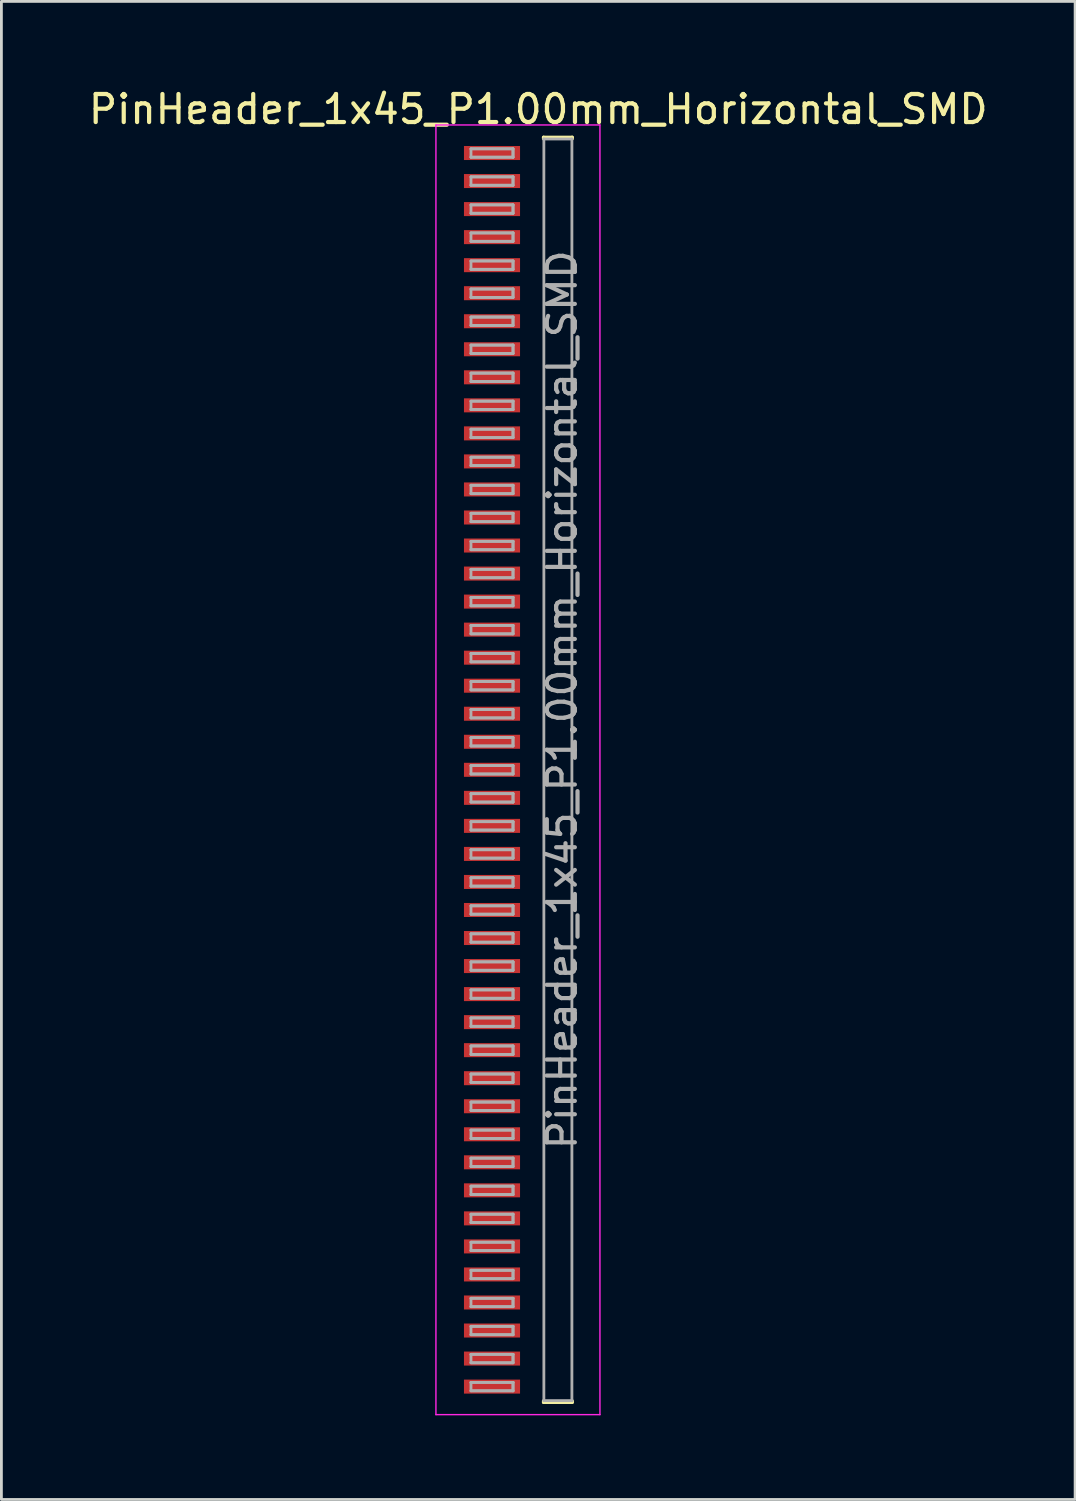
<source format=kicad_pcb>
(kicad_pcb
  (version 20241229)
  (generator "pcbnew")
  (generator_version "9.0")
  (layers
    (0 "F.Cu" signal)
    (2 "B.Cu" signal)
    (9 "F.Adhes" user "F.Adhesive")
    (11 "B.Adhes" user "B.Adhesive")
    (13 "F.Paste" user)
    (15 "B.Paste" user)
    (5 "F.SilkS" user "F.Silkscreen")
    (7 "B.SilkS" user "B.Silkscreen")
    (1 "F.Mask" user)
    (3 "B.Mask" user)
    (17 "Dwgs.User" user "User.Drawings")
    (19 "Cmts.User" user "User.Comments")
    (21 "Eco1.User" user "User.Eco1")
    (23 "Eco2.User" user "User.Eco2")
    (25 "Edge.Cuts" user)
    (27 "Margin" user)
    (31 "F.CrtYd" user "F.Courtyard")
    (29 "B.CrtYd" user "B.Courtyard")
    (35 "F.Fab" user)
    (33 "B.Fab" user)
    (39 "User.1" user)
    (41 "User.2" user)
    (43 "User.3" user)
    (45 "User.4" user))
  (footprint "PinHeader_1x45_P1.00mm_Horizontal_SMD"
    (layer "F.Cu")
    (at 16.149 24.408)
    (property "Reference" "PinHeader_1x45_P1.00mm_Horizontal_SMD" (at 0 -23.56 0) (layer "F.SilkS") (effects (font (size 1 1) (thickness 0.15))))
    (attr smd)
    (fp_line (start 0.19 -22.56) (end 0.19 -22.51) (stroke (width 0.12) (type solid)) (layer "F.SilkS"))
    (fp_line (start 0.19 -22.56) (end 1.21 -22.56) (stroke (width 0.12) (type solid)) (layer "F.SilkS"))
    (fp_line (start 0.19 22.51) (end 0.19 22.56) (stroke (width 0.12) (type solid)) (layer "F.SilkS"))
    (fp_line (start 0.19 22.56) (end 1.21 22.56) (stroke (width 0.12) (type solid)) (layer "F.SilkS"))
    (fp_line (start 1.21 -22.56) (end 1.21 -22.51) (stroke (width 0.12) (type solid)) (layer "F.SilkS"))
    (fp_line (start 1.21 22.51) (end 1.21 22.56) (stroke (width 0.12) (type solid)) (layer "F.SilkS"))
    (fp_line (start -3.65 -23) (end -3.65 23) (stroke (width 0.05) (type solid)) (layer "F.CrtYd"))
    (fp_line (start -3.65 23) (end 2.2 23) (stroke (width 0.05) (type solid)) (layer "F.CrtYd"))
    (fp_line (start 2.2 -23) (end -3.65 -23) (stroke (width 0.05) (type solid)) (layer "F.CrtYd"))
    (fp_line (start 2.2 23) (end 2.2 -23) (stroke (width 0.05) (type solid)) (layer "F.CrtYd"))
    (fp_line (start -2.4 -22.15) (end -2.4 -21.85) (stroke (width 0.1) (type default)) (layer "F.Fab"))
    (fp_line (start -2.4 -21.85) (end -0.9 -21.85) (stroke (width 0.1) (type default)) (layer "F.Fab"))
    (fp_line (start -2.4 -21.85) (end -0.9 -21.85) (stroke (width 0.1) (type default)) (layer "F.Fab"))
    (fp_line (start -2.4 -21.15) (end -2.4 -20.85) (stroke (width 0.1) (type default)) (layer "F.Fab"))
    (fp_line (start -2.4 -20.85) (end -0.9 -20.85) (stroke (width 0.1) (type default)) (layer "F.Fab"))
    (fp_line (start -2.4 -20.85) (end -0.9 -20.85) (stroke (width 0.1) (type default)) (layer "F.Fab"))
    (fp_line (start -2.4 -20.15) (end -2.4 -19.85) (stroke (width 0.1) (type default)) (layer "F.Fab"))
    (fp_line (start -2.4 -19.85) (end -0.9 -19.85) (stroke (width 0.1) (type default)) (layer "F.Fab"))
    (fp_line (start -2.4 -19.85) (end -0.9 -19.85) (stroke (width 0.1) (type default)) (layer "F.Fab"))
    (fp_line (start -2.4 -19.15) (end -2.4 -18.85) (stroke (width 0.1) (type default)) (layer "F.Fab"))
    (fp_line (start -2.4 -18.85) (end -0.9 -18.85) (stroke (width 0.1) (type default)) (layer "F.Fab"))
    (fp_line (start -2.4 -18.85) (end -0.9 -18.85) (stroke (width 0.1) (type default)) (layer "F.Fab"))
    (fp_line (start -2.4 -18.15) (end -2.4 -17.85) (stroke (width 0.1) (type default)) (layer "F.Fab"))
    (fp_line (start -2.4 -17.85) (end -0.9 -17.85) (stroke (width 0.1) (type default)) (layer "F.Fab"))
    (fp_line (start -2.4 -17.85) (end -0.9 -17.85) (stroke (width 0.1) (type default)) (layer "F.Fab"))
    (fp_line (start -2.4 -17.15) (end -2.4 -16.85) (stroke (width 0.1) (type default)) (layer "F.Fab"))
    (fp_line (start -2.4 -16.85) (end -0.9 -16.85) (stroke (width 0.1) (type default)) (layer "F.Fab"))
    (fp_line (start -2.4 -16.85) (end -0.9 -16.85) (stroke (width 0.1) (type default)) (layer "F.Fab"))
    (fp_line (start -2.4 -16.15) (end -2.4 -15.85) (stroke (width 0.1) (type default)) (layer "F.Fab"))
    (fp_line (start -2.4 -15.85) (end -0.9 -15.85) (stroke (width 0.1) (type default)) (layer "F.Fab"))
    (fp_line (start -2.4 -15.85) (end -0.9 -15.85) (stroke (width 0.1) (type default)) (layer "F.Fab"))
    (fp_line (start -2.4 -15.15) (end -2.4 -14.85) (stroke (width 0.1) (type default)) (layer "F.Fab"))
    (fp_line (start -2.4 -14.85) (end -0.9 -14.85) (stroke (width 0.1) (type default)) (layer "F.Fab"))
    (fp_line (start -2.4 -14.85) (end -0.9 -14.85) (stroke (width 0.1) (type default)) (layer "F.Fab"))
    (fp_line (start -2.4 -14.15) (end -2.4 -13.85) (stroke (width 0.1) (type default)) (layer "F.Fab"))
    (fp_line (start -2.4 -13.85) (end -0.9 -13.85) (stroke (width 0.1) (type default)) (layer "F.Fab"))
    (fp_line (start -2.4 -13.85) (end -0.9 -13.85) (stroke (width 0.1) (type default)) (layer "F.Fab"))
    (fp_line (start -2.4 -13.15) (end -2.4 -12.85) (stroke (width 0.1) (type default)) (layer "F.Fab"))
    (fp_line (start -2.4 -12.85) (end -0.9 -12.85) (stroke (width 0.1) (type default)) (layer "F.Fab"))
    (fp_line (start -2.4 -12.85) (end -0.9 -12.85) (stroke (width 0.1) (type default)) (layer "F.Fab"))
    (fp_line (start -2.4 -12.15) (end -2.4 -11.85) (stroke (width 0.1) (type default)) (layer "F.Fab"))
    (fp_line (start -2.4 -11.85) (end -0.9 -11.85) (stroke (width 0.1) (type default)) (layer "F.Fab"))
    (fp_line (start -2.4 -11.85) (end -0.9 -11.85) (stroke (width 0.1) (type default)) (layer "F.Fab"))
    (fp_line (start -2.4 -11.15) (end -2.4 -10.85) (stroke (width 0.1) (type default)) (layer "F.Fab"))
    (fp_line (start -2.4 -10.85) (end -0.9 -10.85) (stroke (width 0.1) (type default)) (layer "F.Fab"))
    (fp_line (start -2.4 -10.85) (end -0.9 -10.85) (stroke (width 0.1) (type default)) (layer "F.Fab"))
    (fp_line (start -2.4 -10.15) (end -2.4 -9.85) (stroke (width 0.1) (type default)) (layer "F.Fab"))
    (fp_line (start -2.4 -9.85) (end -0.9 -9.85) (stroke (width 0.1) (type default)) (layer "F.Fab"))
    (fp_line (start -2.4 -9.85) (end -0.9 -9.85) (stroke (width 0.1) (type default)) (layer "F.Fab"))
    (fp_line (start -2.4 -9.15) (end -2.4 -8.85) (stroke (width 0.1) (type default)) (layer "F.Fab"))
    (fp_line (start -2.4 -8.85) (end -0.9 -8.85) (stroke (width 0.1) (type default)) (layer "F.Fab"))
    (fp_line (start -2.4 -8.85) (end -0.9 -8.85) (stroke (width 0.1) (type default)) (layer "F.Fab"))
    (fp_line (start -2.4 -8.15) (end -2.4 -7.85) (stroke (width 0.1) (type default)) (layer "F.Fab"))
    (fp_line (start -2.4 -7.85) (end -0.9 -7.85) (stroke (width 0.1) (type default)) (layer "F.Fab"))
    (fp_line (start -2.4 -7.85) (end -0.9 -7.85) (stroke (width 0.1) (type default)) (layer "F.Fab"))
    (fp_line (start -2.4 -7.15) (end -2.4 -6.85) (stroke (width 0.1) (type default)) (layer "F.Fab"))
    (fp_line (start -2.4 -6.85) (end -0.9 -6.85) (stroke (width 0.1) (type default)) (layer "F.Fab"))
    (fp_line (start -2.4 -6.85) (end -0.9 -6.85) (stroke (width 0.1) (type default)) (layer "F.Fab"))
    (fp_line (start -2.4 -6.15) (end -2.4 -5.85) (stroke (width 0.1) (type default)) (layer "F.Fab"))
    (fp_line (start -2.4 -5.85) (end -0.9 -5.85) (stroke (width 0.1) (type default)) (layer "F.Fab"))
    (fp_line (start -2.4 -5.85) (end -0.9 -5.85) (stroke (width 0.1) (type default)) (layer "F.Fab"))
    (fp_line (start -2.4 -5.15) (end -2.4 -4.85) (stroke (width 0.1) (type default)) (layer "F.Fab"))
    (fp_line (start -2.4 -4.85) (end -0.9 -4.85) (stroke (width 0.1) (type default)) (layer "F.Fab"))
    (fp_line (start -2.4 -4.85) (end -0.9 -4.85) (stroke (width 0.1) (type default)) (layer "F.Fab"))
    (fp_line (start -2.4 -4.15) (end -2.4 -3.85) (stroke (width 0.1) (type default)) (layer "F.Fab"))
    (fp_line (start -2.4 -3.85) (end -0.9 -3.85) (stroke (width 0.1) (type default)) (layer "F.Fab"))
    (fp_line (start -2.4 -3.85) (end -0.9 -3.85) (stroke (width 0.1) (type default)) (layer "F.Fab"))
    (fp_line (start -2.4 -3.15) (end -2.4 -2.85) (stroke (width 0.1) (type default)) (layer "F.Fab"))
    (fp_line (start -2.4 -2.85) (end -0.9 -2.85) (stroke (width 0.1) (type default)) (layer "F.Fab"))
    (fp_line (start -2.4 -2.85) (end -0.9 -2.85) (stroke (width 0.1) (type default)) (layer "F.Fab"))
    (fp_line (start -2.4 -2.15) (end -2.4 -1.85) (stroke (width 0.1) (type default)) (layer "F.Fab"))
    (fp_line (start -2.4 -1.85) (end -0.9 -1.85) (stroke (width 0.1) (type default)) (layer "F.Fab"))
    (fp_line (start -2.4 -1.85) (end -0.9 -1.85) (stroke (width 0.1) (type default)) (layer "F.Fab"))
    (fp_line (start -2.4 -1.15) (end -2.4 -0.85) (stroke (width 0.1) (type default)) (layer "F.Fab"))
    (fp_line (start -2.4 -0.85) (end -0.9 -0.85) (stroke (width 0.1) (type default)) (layer "F.Fab"))
    (fp_line (start -2.4 -0.85) (end -0.9 -0.85) (stroke (width 0.1) (type default)) (layer "F.Fab"))
    (fp_line (start -2.4 -0.15) (end -2.4 0.15) (stroke (width 0.1) (type default)) (layer "F.Fab"))
    (fp_line (start -2.4 0.15) (end -0.9 0.15) (stroke (width 0.1) (type default)) (layer "F.Fab"))
    (fp_line (start -2.4 0.15) (end -0.9 0.15) (stroke (width 0.1) (type default)) (layer "F.Fab"))
    (fp_line (start -2.4 0.85) (end -2.4 1.15) (stroke (width 0.1) (type default)) (layer "F.Fab"))
    (fp_line (start -2.4 1.15) (end -0.9 1.15) (stroke (width 0.1) (type default)) (layer "F.Fab"))
    (fp_line (start -2.4 1.15) (end -0.9 1.15) (stroke (width 0.1) (type default)) (layer "F.Fab"))
    (fp_line (start -2.4 1.85) (end -2.4 2.15) (stroke (width 0.1) (type default)) (layer "F.Fab"))
    (fp_line (start -2.4 2.15) (end -0.9 2.15) (stroke (width 0.1) (type default)) (layer "F.Fab"))
    (fp_line (start -2.4 2.15) (end -0.9 2.15) (stroke (width 0.1) (type default)) (layer "F.Fab"))
    (fp_line (start -2.4 2.85) (end -2.4 3.15) (stroke (width 0.1) (type default)) (layer "F.Fab"))
    (fp_line (start -2.4 3.15) (end -0.9 3.15) (stroke (width 0.1) (type default)) (layer "F.Fab"))
    (fp_line (start -2.4 3.15) (end -0.9 3.15) (stroke (width 0.1) (type default)) (layer "F.Fab"))
    (fp_line (start -2.4 3.85) (end -2.4 4.15) (stroke (width 0.1) (type default)) (layer "F.Fab"))
    (fp_line (start -2.4 4.15) (end -0.9 4.15) (stroke (width 0.1) (type default)) (layer "F.Fab"))
    (fp_line (start -2.4 4.15) (end -0.9 4.15) (stroke (width 0.1) (type default)) (layer "F.Fab"))
    (fp_line (start -2.4 4.85) (end -2.4 5.15) (stroke (width 0.1) (type default)) (layer "F.Fab"))
    (fp_line (start -2.4 5.15) (end -0.9 5.15) (stroke (width 0.1) (type default)) (layer "F.Fab"))
    (fp_line (start -2.4 5.15) (end -0.9 5.15) (stroke (width 0.1) (type default)) (layer "F.Fab"))
    (fp_line (start -2.4 5.85) (end -2.4 6.15) (stroke (width 0.1) (type default)) (layer "F.Fab"))
    (fp_line (start -2.4 6.15) (end -0.9 6.15) (stroke (width 0.1) (type default)) (layer "F.Fab"))
    (fp_line (start -2.4 6.15) (end -0.9 6.15) (stroke (width 0.1) (type default)) (layer "F.Fab"))
    (fp_line (start -2.4 6.85) (end -2.4 7.15) (stroke (width 0.1) (type default)) (layer "F.Fab"))
    (fp_line (start -2.4 7.15) (end -0.9 7.15) (stroke (width 0.1) (type default)) (layer "F.Fab"))
    (fp_line (start -2.4 7.15) (end -0.9 7.15) (stroke (width 0.1) (type default)) (layer "F.Fab"))
    (fp_line (start -2.4 7.85) (end -2.4 8.15) (stroke (width 0.1) (type default)) (layer "F.Fab"))
    (fp_line (start -2.4 8.15) (end -0.9 8.15) (stroke (width 0.1) (type default)) (layer "F.Fab"))
    (fp_line (start -2.4 8.15) (end -0.9 8.15) (stroke (width 0.1) (type default)) (layer "F.Fab"))
    (fp_line (start -2.4 8.85) (end -2.4 9.15) (stroke (width 0.1) (type default)) (layer "F.Fab"))
    (fp_line (start -2.4 9.15) (end -0.9 9.15) (stroke (width 0.1) (type default)) (layer "F.Fab"))
    (fp_line (start -2.4 9.15) (end -0.9 9.15) (stroke (width 0.1) (type default)) (layer "F.Fab"))
    (fp_line (start -2.4 9.85) (end -2.4 10.15) (stroke (width 0.1) (type default)) (layer "F.Fab"))
    (fp_line (start -2.4 10.15) (end -0.9 10.15) (stroke (width 0.1) (type default)) (layer "F.Fab"))
    (fp_line (start -2.4 10.15) (end -0.9 10.15) (stroke (width 0.1) (type default)) (layer "F.Fab"))
    (fp_line (start -2.4 10.85) (end -2.4 11.15) (stroke (width 0.1) (type default)) (layer "F.Fab"))
    (fp_line (start -2.4 11.15) (end -0.9 11.15) (stroke (width 0.1) (type default)) (layer "F.Fab"))
    (fp_line (start -2.4 11.15) (end -0.9 11.15) (stroke (width 0.1) (type default)) (layer "F.Fab"))
    (fp_line (start -2.4 11.85) (end -2.4 12.15) (stroke (width 0.1) (type default)) (layer "F.Fab"))
    (fp_line (start -2.4 12.15) (end -0.9 12.15) (stroke (width 0.1) (type default)) (layer "F.Fab"))
    (fp_line (start -2.4 12.15) (end -0.9 12.15) (stroke (width 0.1) (type default)) (layer "F.Fab"))
    (fp_line (start -2.4 12.85) (end -2.4 13.15) (stroke (width 0.1) (type default)) (layer "F.Fab"))
    (fp_line (start -2.4 13.15) (end -0.9 13.15) (stroke (width 0.1) (type default)) (layer "F.Fab"))
    (fp_line (start -2.4 13.15) (end -0.9 13.15) (stroke (width 0.1) (type default)) (layer "F.Fab"))
    (fp_line (start -2.4 13.85) (end -2.4 14.15) (stroke (width 0.1) (type default)) (layer "F.Fab"))
    (fp_line (start -2.4 14.15) (end -0.9 14.15) (stroke (width 0.1) (type default)) (layer "F.Fab"))
    (fp_line (start -2.4 14.15) (end -0.9 14.15) (stroke (width 0.1) (type default)) (layer "F.Fab"))
    (fp_line (start -2.4 14.85) (end -2.4 15.15) (stroke (width 0.1) (type default)) (layer "F.Fab"))
    (fp_line (start -2.4 15.15) (end -0.9 15.15) (stroke (width 0.1) (type default)) (layer "F.Fab"))
    (fp_line (start -2.4 15.15) (end -0.9 15.15) (stroke (width 0.1) (type default)) (layer "F.Fab"))
    (fp_line (start -2.4 15.85) (end -2.4 16.15) (stroke (width 0.1) (type default)) (layer "F.Fab"))
    (fp_line (start -2.4 16.15) (end -0.9 16.15) (stroke (width 0.1) (type default)) (layer "F.Fab"))
    (fp_line (start -2.4 16.15) (end -0.9 16.15) (stroke (width 0.1) (type default)) (layer "F.Fab"))
    (fp_line (start -2.4 16.85) (end -2.4 17.15) (stroke (width 0.1) (type default)) (layer "F.Fab"))
    (fp_line (start -2.4 17.15) (end -0.9 17.15) (stroke (width 0.1) (type default)) (layer "F.Fab"))
    (fp_line (start -2.4 17.15) (end -0.9 17.15) (stroke (width 0.1) (type default)) (layer "F.Fab"))
    (fp_line (start -2.4 17.85) (end -2.4 18.15) (stroke (width 0.1) (type default)) (layer "F.Fab"))
    (fp_line (start -2.4 18.15) (end -0.9 18.15) (stroke (width 0.1) (type default)) (layer "F.Fab"))
    (fp_line (start -2.4 18.15) (end -0.9 18.15) (stroke (width 0.1) (type default)) (layer "F.Fab"))
    (fp_line (start -2.4 18.85) (end -2.4 19.15) (stroke (width 0.1) (type default)) (layer "F.Fab"))
    (fp_line (start -2.4 19.15) (end -0.9 19.15) (stroke (width 0.1) (type default)) (layer "F.Fab"))
    (fp_line (start -2.4 19.15) (end -0.9 19.15) (stroke (width 0.1) (type default)) (layer "F.Fab"))
    (fp_line (start -2.4 19.85) (end -2.4 20.15) (stroke (width 0.1) (type default)) (layer "F.Fab"))
    (fp_line (start -2.4 20.15) (end -0.9 20.15) (stroke (width 0.1) (type default)) (layer "F.Fab"))
    (fp_line (start -2.4 20.15) (end -0.9 20.15) (stroke (width 0.1) (type default)) (layer "F.Fab"))
    (fp_line (start -2.4 20.85) (end -2.4 21.15) (stroke (width 0.1) (type default)) (layer "F.Fab"))
    (fp_line (start -2.4 21.15) (end -0.9 21.15) (stroke (width 0.1) (type default)) (layer "F.Fab"))
    (fp_line (start -2.4 21.15) (end -0.9 21.15) (stroke (width 0.1) (type default)) (layer "F.Fab"))
    (fp_line (start -2.4 21.85) (end -2.4 22.15) (stroke (width 0.1) (type default)) (layer "F.Fab"))
    (fp_line (start -2.4 22.15) (end -0.9 22.15) (stroke (width 0.1) (type default)) (layer "F.Fab"))
    (fp_line (start -2.4 22.15) (end -0.9 22.15) (stroke (width 0.1) (type default)) (layer "F.Fab"))
    (fp_line (start -0.9 -22.15) (end -2.4 -22.15) (stroke (width 0.1) (type default)) (layer "F.Fab"))
    (fp_line (start -0.9 -22.15) (end -2.4 -22.15) (stroke (width 0.1) (type default)) (layer "F.Fab"))
    (fp_line (start -0.9 -22.15) (end -0.9 -21.85) (stroke (width 0.1) (type default)) (layer "F.Fab"))
    (fp_line (start -0.9 -22.15) (end -0.9 -21.85) (stroke (width 0.1) (type default)) (layer "F.Fab"))
    (fp_line (start -0.9 -21.15) (end -2.4 -21.15) (stroke (width 0.1) (type default)) (layer "F.Fab"))
    (fp_line (start -0.9 -21.15) (end -2.4 -21.15) (stroke (width 0.1) (type default)) (layer "F.Fab"))
    (fp_line (start -0.9 -21.15) (end -0.9 -20.85) (stroke (width 0.1) (type default)) (layer "F.Fab"))
    (fp_line (start -0.9 -21.15) (end -0.9 -20.85) (stroke (width 0.1) (type default)) (layer "F.Fab"))
    (fp_line (start -0.9 -20.15) (end -2.4 -20.15) (stroke (width 0.1) (type default)) (layer "F.Fab"))
    (fp_line (start -0.9 -20.15) (end -2.4 -20.15) (stroke (width 0.1) (type default)) (layer "F.Fab"))
    (fp_line (start -0.9 -20.15) (end -0.9 -19.85) (stroke (width 0.1) (type default)) (layer "F.Fab"))
    (fp_line (start -0.9 -20.15) (end -0.9 -19.85) (stroke (width 0.1) (type default)) (layer "F.Fab"))
    (fp_line (start -0.9 -19.15) (end -2.4 -19.15) (stroke (width 0.1) (type default)) (layer "F.Fab"))
    (fp_line (start -0.9 -19.15) (end -2.4 -19.15) (stroke (width 0.1) (type default)) (layer "F.Fab"))
    (fp_line (start -0.9 -19.15) (end -0.9 -18.85) (stroke (width 0.1) (type default)) (layer "F.Fab"))
    (fp_line (start -0.9 -19.15) (end -0.9 -18.85) (stroke (width 0.1) (type default)) (layer "F.Fab"))
    (fp_line (start -0.9 -18.15) (end -2.4 -18.15) (stroke (width 0.1) (type default)) (layer "F.Fab"))
    (fp_line (start -0.9 -18.15) (end -2.4 -18.15) (stroke (width 0.1) (type default)) (layer "F.Fab"))
    (fp_line (start -0.9 -18.15) (end -0.9 -17.85) (stroke (width 0.1) (type default)) (layer "F.Fab"))
    (fp_line (start -0.9 -18.15) (end -0.9 -17.85) (stroke (width 0.1) (type default)) (layer "F.Fab"))
    (fp_line (start -0.9 -17.15) (end -2.4 -17.15) (stroke (width 0.1) (type default)) (layer "F.Fab"))
    (fp_line (start -0.9 -17.15) (end -2.4 -17.15) (stroke (width 0.1) (type default)) (layer "F.Fab"))
    (fp_line (start -0.9 -17.15) (end -0.9 -16.85) (stroke (width 0.1) (type default)) (layer "F.Fab"))
    (fp_line (start -0.9 -17.15) (end -0.9 -16.85) (stroke (width 0.1) (type default)) (layer "F.Fab"))
    (fp_line (start -0.9 -16.15) (end -2.4 -16.15) (stroke (width 0.1) (type default)) (layer "F.Fab"))
    (fp_line (start -0.9 -16.15) (end -2.4 -16.15) (stroke (width 0.1) (type default)) (layer "F.Fab"))
    (fp_line (start -0.9 -16.15) (end -0.9 -15.85) (stroke (width 0.1) (type default)) (layer "F.Fab"))
    (fp_line (start -0.9 -16.15) (end -0.9 -15.85) (stroke (width 0.1) (type default)) (layer "F.Fab"))
    (fp_line (start -0.9 -15.15) (end -2.4 -15.15) (stroke (width 0.1) (type default)) (layer "F.Fab"))
    (fp_line (start -0.9 -15.15) (end -2.4 -15.15) (stroke (width 0.1) (type default)) (layer "F.Fab"))
    (fp_line (start -0.9 -15.15) (end -0.9 -14.85) (stroke (width 0.1) (type default)) (layer "F.Fab"))
    (fp_line (start -0.9 -15.15) (end -0.9 -14.85) (stroke (width 0.1) (type default)) (layer "F.Fab"))
    (fp_line (start -0.9 -14.15) (end -2.4 -14.15) (stroke (width 0.1) (type default)) (layer "F.Fab"))
    (fp_line (start -0.9 -14.15) (end -2.4 -14.15) (stroke (width 0.1) (type default)) (layer "F.Fab"))
    (fp_line (start -0.9 -14.15) (end -0.9 -13.85) (stroke (width 0.1) (type default)) (layer "F.Fab"))
    (fp_line (start -0.9 -14.15) (end -0.9 -13.85) (stroke (width 0.1) (type default)) (layer "F.Fab"))
    (fp_line (start -0.9 -13.15) (end -2.4 -13.15) (stroke (width 0.1) (type default)) (layer "F.Fab"))
    (fp_line (start -0.9 -13.15) (end -2.4 -13.15) (stroke (width 0.1) (type default)) (layer "F.Fab"))
    (fp_line (start -0.9 -13.15) (end -0.9 -12.85) (stroke (width 0.1) (type default)) (layer "F.Fab"))
    (fp_line (start -0.9 -13.15) (end -0.9 -12.85) (stroke (width 0.1) (type default)) (layer "F.Fab"))
    (fp_line (start -0.9 -12.15) (end -2.4 -12.15) (stroke (width 0.1) (type default)) (layer "F.Fab"))
    (fp_line (start -0.9 -12.15) (end -2.4 -12.15) (stroke (width 0.1) (type default)) (layer "F.Fab"))
    (fp_line (start -0.9 -12.15) (end -0.9 -11.85) (stroke (width 0.1) (type default)) (layer "F.Fab"))
    (fp_line (start -0.9 -12.15) (end -0.9 -11.85) (stroke (width 0.1) (type default)) (layer "F.Fab"))
    (fp_line (start -0.9 -11.15) (end -2.4 -11.15) (stroke (width 0.1) (type default)) (layer "F.Fab"))
    (fp_line (start -0.9 -11.15) (end -2.4 -11.15) (stroke (width 0.1) (type default)) (layer "F.Fab"))
    (fp_line (start -0.9 -11.15) (end -0.9 -10.85) (stroke (width 0.1) (type default)) (layer "F.Fab"))
    (fp_line (start -0.9 -11.15) (end -0.9 -10.85) (stroke (width 0.1) (type default)) (layer "F.Fab"))
    (fp_line (start -0.9 -10.15) (end -2.4 -10.15) (stroke (width 0.1) (type default)) (layer "F.Fab"))
    (fp_line (start -0.9 -10.15) (end -2.4 -10.15) (stroke (width 0.1) (type default)) (layer "F.Fab"))
    (fp_line (start -0.9 -10.15) (end -0.9 -9.85) (stroke (width 0.1) (type default)) (layer "F.Fab"))
    (fp_line (start -0.9 -10.15) (end -0.9 -9.85) (stroke (width 0.1) (type default)) (layer "F.Fab"))
    (fp_line (start -0.9 -9.15) (end -2.4 -9.15) (stroke (width 0.1) (type default)) (layer "F.Fab"))
    (fp_line (start -0.9 -9.15) (end -2.4 -9.15) (stroke (width 0.1) (type default)) (layer "F.Fab"))
    (fp_line (start -0.9 -9.15) (end -0.9 -8.85) (stroke (width 0.1) (type default)) (layer "F.Fab"))
    (fp_line (start -0.9 -9.15) (end -0.9 -8.85) (stroke (width 0.1) (type default)) (layer "F.Fab"))
    (fp_line (start -0.9 -8.15) (end -2.4 -8.15) (stroke (width 0.1) (type default)) (layer "F.Fab"))
    (fp_line (start -0.9 -8.15) (end -2.4 -8.15) (stroke (width 0.1) (type default)) (layer "F.Fab"))
    (fp_line (start -0.9 -8.15) (end -0.9 -7.85) (stroke (width 0.1) (type default)) (layer "F.Fab"))
    (fp_line (start -0.9 -8.15) (end -0.9 -7.85) (stroke (width 0.1) (type default)) (layer "F.Fab"))
    (fp_line (start -0.9 -7.15) (end -2.4 -7.15) (stroke (width 0.1) (type default)) (layer "F.Fab"))
    (fp_line (start -0.9 -7.15) (end -2.4 -7.15) (stroke (width 0.1) (type default)) (layer "F.Fab"))
    (fp_line (start -0.9 -7.15) (end -0.9 -6.85) (stroke (width 0.1) (type default)) (layer "F.Fab"))
    (fp_line (start -0.9 -7.15) (end -0.9 -6.85) (stroke (width 0.1) (type default)) (layer "F.Fab"))
    (fp_line (start -0.9 -6.15) (end -2.4 -6.15) (stroke (width 0.1) (type default)) (layer "F.Fab"))
    (fp_line (start -0.9 -6.15) (end -2.4 -6.15) (stroke (width 0.1) (type default)) (layer "F.Fab"))
    (fp_line (start -0.9 -6.15) (end -0.9 -5.85) (stroke (width 0.1) (type default)) (layer "F.Fab"))
    (fp_line (start -0.9 -6.15) (end -0.9 -5.85) (stroke (width 0.1) (type default)) (layer "F.Fab"))
    (fp_line (start -0.9 -5.15) (end -2.4 -5.15) (stroke (width 0.1) (type default)) (layer "F.Fab"))
    (fp_line (start -0.9 -5.15) (end -2.4 -5.15) (stroke (width 0.1) (type default)) (layer "F.Fab"))
    (fp_line (start -0.9 -5.15) (end -0.9 -4.85) (stroke (width 0.1) (type default)) (layer "F.Fab"))
    (fp_line (start -0.9 -5.15) (end -0.9 -4.85) (stroke (width 0.1) (type default)) (layer "F.Fab"))
    (fp_line (start -0.9 -4.15) (end -2.4 -4.15) (stroke (width 0.1) (type default)) (layer "F.Fab"))
    (fp_line (start -0.9 -4.15) (end -2.4 -4.15) (stroke (width 0.1) (type default)) (layer "F.Fab"))
    (fp_line (start -0.9 -4.15) (end -0.9 -3.85) (stroke (width 0.1) (type default)) (layer "F.Fab"))
    (fp_line (start -0.9 -4.15) (end -0.9 -3.85) (stroke (width 0.1) (type default)) (layer "F.Fab"))
    (fp_line (start -0.9 -3.15) (end -2.4 -3.15) (stroke (width 0.1) (type default)) (layer "F.Fab"))
    (fp_line (start -0.9 -3.15) (end -2.4 -3.15) (stroke (width 0.1) (type default)) (layer "F.Fab"))
    (fp_line (start -0.9 -3.15) (end -0.9 -2.85) (stroke (width 0.1) (type default)) (layer "F.Fab"))
    (fp_line (start -0.9 -3.15) (end -0.9 -2.85) (stroke (width 0.1) (type default)) (layer "F.Fab"))
    (fp_line (start -0.9 -2.15) (end -2.4 -2.15) (stroke (width 0.1) (type default)) (layer "F.Fab"))
    (fp_line (start -0.9 -2.15) (end -2.4 -2.15) (stroke (width 0.1) (type default)) (layer "F.Fab"))
    (fp_line (start -0.9 -2.15) (end -0.9 -1.85) (stroke (width 0.1) (type default)) (layer "F.Fab"))
    (fp_line (start -0.9 -2.15) (end -0.9 -1.85) (stroke (width 0.1) (type default)) (layer "F.Fab"))
    (fp_line (start -0.9 -1.15) (end -2.4 -1.15) (stroke (width 0.1) (type default)) (layer "F.Fab"))
    (fp_line (start -0.9 -1.15) (end -2.4 -1.15) (stroke (width 0.1) (type default)) (layer "F.Fab"))
    (fp_line (start -0.9 -1.15) (end -0.9 -0.85) (stroke (width 0.1) (type default)) (layer "F.Fab"))
    (fp_line (start -0.9 -1.15) (end -0.9 -0.85) (stroke (width 0.1) (type default)) (layer "F.Fab"))
    (fp_line (start -0.9 -0.15) (end -2.4 -0.15) (stroke (width 0.1) (type default)) (layer "F.Fab"))
    (fp_line (start -0.9 -0.15) (end -2.4 -0.15) (stroke (width 0.1) (type default)) (layer "F.Fab"))
    (fp_line (start -0.9 -0.15) (end -0.9 0.15) (stroke (width 0.1) (type default)) (layer "F.Fab"))
    (fp_line (start -0.9 -0.15) (end -0.9 0.15) (stroke (width 0.1) (type default)) (layer "F.Fab"))
    (fp_line (start -0.9 0.85) (end -2.4 0.85) (stroke (width 0.1) (type default)) (layer "F.Fab"))
    (fp_line (start -0.9 0.85) (end -2.4 0.85) (stroke (width 0.1) (type default)) (layer "F.Fab"))
    (fp_line (start -0.9 0.85) (end -0.9 1.15) (stroke (width 0.1) (type default)) (layer "F.Fab"))
    (fp_line (start -0.9 0.85) (end -0.9 1.15) (stroke (width 0.1) (type default)) (layer "F.Fab"))
    (fp_line (start -0.9 1.85) (end -2.4 1.85) (stroke (width 0.1) (type default)) (layer "F.Fab"))
    (fp_line (start -0.9 1.85) (end -2.4 1.85) (stroke (width 0.1) (type default)) (layer "F.Fab"))
    (fp_line (start -0.9 1.85) (end -0.9 2.15) (stroke (width 0.1) (type default)) (layer "F.Fab"))
    (fp_line (start -0.9 1.85) (end -0.9 2.15) (stroke (width 0.1) (type default)) (layer "F.Fab"))
    (fp_line (start -0.9 2.85) (end -2.4 2.85) (stroke (width 0.1) (type default)) (layer "F.Fab"))
    (fp_line (start -0.9 2.85) (end -2.4 2.85) (stroke (width 0.1) (type default)) (layer "F.Fab"))
    (fp_line (start -0.9 2.85) (end -0.9 3.15) (stroke (width 0.1) (type default)) (layer "F.Fab"))
    (fp_line (start -0.9 2.85) (end -0.9 3.15) (stroke (width 0.1) (type default)) (layer "F.Fab"))
    (fp_line (start -0.9 3.85) (end -2.4 3.85) (stroke (width 0.1) (type default)) (layer "F.Fab"))
    (fp_line (start -0.9 3.85) (end -2.4 3.85) (stroke (width 0.1) (type default)) (layer "F.Fab"))
    (fp_line (start -0.9 3.85) (end -0.9 4.15) (stroke (width 0.1) (type default)) (layer "F.Fab"))
    (fp_line (start -0.9 3.85) (end -0.9 4.15) (stroke (width 0.1) (type default)) (layer "F.Fab"))
    (fp_line (start -0.9 4.85) (end -2.4 4.85) (stroke (width 0.1) (type default)) (layer "F.Fab"))
    (fp_line (start -0.9 4.85) (end -2.4 4.85) (stroke (width 0.1) (type default)) (layer "F.Fab"))
    (fp_line (start -0.9 4.85) (end -0.9 5.15) (stroke (width 0.1) (type default)) (layer "F.Fab"))
    (fp_line (start -0.9 4.85) (end -0.9 5.15) (stroke (width 0.1) (type default)) (layer "F.Fab"))
    (fp_line (start -0.9 5.85) (end -2.4 5.85) (stroke (width 0.1) (type default)) (layer "F.Fab"))
    (fp_line (start -0.9 5.85) (end -2.4 5.85) (stroke (width 0.1) (type default)) (layer "F.Fab"))
    (fp_line (start -0.9 5.85) (end -0.9 6.15) (stroke (width 0.1) (type default)) (layer "F.Fab"))
    (fp_line (start -0.9 5.85) (end -0.9 6.15) (stroke (width 0.1) (type default)) (layer "F.Fab"))
    (fp_line (start -0.9 6.85) (end -2.4 6.85) (stroke (width 0.1) (type default)) (layer "F.Fab"))
    (fp_line (start -0.9 6.85) (end -2.4 6.85) (stroke (width 0.1) (type default)) (layer "F.Fab"))
    (fp_line (start -0.9 6.85) (end -0.9 7.15) (stroke (width 0.1) (type default)) (layer "F.Fab"))
    (fp_line (start -0.9 6.85) (end -0.9 7.15) (stroke (width 0.1) (type default)) (layer "F.Fab"))
    (fp_line (start -0.9 7.85) (end -2.4 7.85) (stroke (width 0.1) (type default)) (layer "F.Fab"))
    (fp_line (start -0.9 7.85) (end -2.4 7.85) (stroke (width 0.1) (type default)) (layer "F.Fab"))
    (fp_line (start -0.9 7.85) (end -0.9 8.15) (stroke (width 0.1) (type default)) (layer "F.Fab"))
    (fp_line (start -0.9 7.85) (end -0.9 8.15) (stroke (width 0.1) (type default)) (layer "F.Fab"))
    (fp_line (start -0.9 8.85) (end -2.4 8.85) (stroke (width 0.1) (type default)) (layer "F.Fab"))
    (fp_line (start -0.9 8.85) (end -2.4 8.85) (stroke (width 0.1) (type default)) (layer "F.Fab"))
    (fp_line (start -0.9 8.85) (end -0.9 9.15) (stroke (width 0.1) (type default)) (layer "F.Fab"))
    (fp_line (start -0.9 8.85) (end -0.9 9.15) (stroke (width 0.1) (type default)) (layer "F.Fab"))
    (fp_line (start -0.9 9.85) (end -2.4 9.85) (stroke (width 0.1) (type default)) (layer "F.Fab"))
    (fp_line (start -0.9 9.85) (end -2.4 9.85) (stroke (width 0.1) (type default)) (layer "F.Fab"))
    (fp_line (start -0.9 9.85) (end -0.9 10.15) (stroke (width 0.1) (type default)) (layer "F.Fab"))
    (fp_line (start -0.9 9.85) (end -0.9 10.15) (stroke (width 0.1) (type default)) (layer "F.Fab"))
    (fp_line (start -0.9 10.85) (end -2.4 10.85) (stroke (width 0.1) (type default)) (layer "F.Fab"))
    (fp_line (start -0.9 10.85) (end -2.4 10.85) (stroke (width 0.1) (type default)) (layer "F.Fab"))
    (fp_line (start -0.9 10.85) (end -0.9 11.15) (stroke (width 0.1) (type default)) (layer "F.Fab"))
    (fp_line (start -0.9 10.85) (end -0.9 11.15) (stroke (width 0.1) (type default)) (layer "F.Fab"))
    (fp_line (start -0.9 11.85) (end -2.4 11.85) (stroke (width 0.1) (type default)) (layer "F.Fab"))
    (fp_line (start -0.9 11.85) (end -2.4 11.85) (stroke (width 0.1) (type default)) (layer "F.Fab"))
    (fp_line (start -0.9 11.85) (end -0.9 12.15) (stroke (width 0.1) (type default)) (layer "F.Fab"))
    (fp_line (start -0.9 11.85) (end -0.9 12.15) (stroke (width 0.1) (type default)) (layer "F.Fab"))
    (fp_line (start -0.9 12.85) (end -2.4 12.85) (stroke (width 0.1) (type default)) (layer "F.Fab"))
    (fp_line (start -0.9 12.85) (end -2.4 12.85) (stroke (width 0.1) (type default)) (layer "F.Fab"))
    (fp_line (start -0.9 12.85) (end -0.9 13.15) (stroke (width 0.1) (type default)) (layer "F.Fab"))
    (fp_line (start -0.9 12.85) (end -0.9 13.15) (stroke (width 0.1) (type default)) (layer "F.Fab"))
    (fp_line (start -0.9 13.85) (end -2.4 13.85) (stroke (width 0.1) (type default)) (layer "F.Fab"))
    (fp_line (start -0.9 13.85) (end -2.4 13.85) (stroke (width 0.1) (type default)) (layer "F.Fab"))
    (fp_line (start -0.9 13.85) (end -0.9 14.15) (stroke (width 0.1) (type default)) (layer "F.Fab"))
    (fp_line (start -0.9 13.85) (end -0.9 14.15) (stroke (width 0.1) (type default)) (layer "F.Fab"))
    (fp_line (start -0.9 14.85) (end -2.4 14.85) (stroke (width 0.1) (type default)) (layer "F.Fab"))
    (fp_line (start -0.9 14.85) (end -2.4 14.85) (stroke (width 0.1) (type default)) (layer "F.Fab"))
    (fp_line (start -0.9 14.85) (end -0.9 15.15) (stroke (width 0.1) (type default)) (layer "F.Fab"))
    (fp_line (start -0.9 14.85) (end -0.9 15.15) (stroke (width 0.1) (type default)) (layer "F.Fab"))
    (fp_line (start -0.9 15.85) (end -2.4 15.85) (stroke (width 0.1) (type default)) (layer "F.Fab"))
    (fp_line (start -0.9 15.85) (end -2.4 15.85) (stroke (width 0.1) (type default)) (layer "F.Fab"))
    (fp_line (start -0.9 15.85) (end -0.9 16.15) (stroke (width 0.1) (type default)) (layer "F.Fab"))
    (fp_line (start -0.9 15.85) (end -0.9 16.15) (stroke (width 0.1) (type default)) (layer "F.Fab"))
    (fp_line (start -0.9 16.85) (end -2.4 16.85) (stroke (width 0.1) (type default)) (layer "F.Fab"))
    (fp_line (start -0.9 16.85) (end -2.4 16.85) (stroke (width 0.1) (type default)) (layer "F.Fab"))
    (fp_line (start -0.9 16.85) (end -0.9 17.15) (stroke (width 0.1) (type default)) (layer "F.Fab"))
    (fp_line (start -0.9 16.85) (end -0.9 17.15) (stroke (width 0.1) (type default)) (layer "F.Fab"))
    (fp_line (start -0.9 17.85) (end -2.4 17.85) (stroke (width 0.1) (type default)) (layer "F.Fab"))
    (fp_line (start -0.9 17.85) (end -2.4 17.85) (stroke (width 0.1) (type default)) (layer "F.Fab"))
    (fp_line (start -0.9 17.85) (end -0.9 18.15) (stroke (width 0.1) (type default)) (layer "F.Fab"))
    (fp_line (start -0.9 17.85) (end -0.9 18.15) (stroke (width 0.1) (type default)) (layer "F.Fab"))
    (fp_line (start -0.9 18.85) (end -2.4 18.85) (stroke (width 0.1) (type default)) (layer "F.Fab"))
    (fp_line (start -0.9 18.85) (end -2.4 18.85) (stroke (width 0.1) (type default)) (layer "F.Fab"))
    (fp_line (start -0.9 18.85) (end -0.9 19.15) (stroke (width 0.1) (type default)) (layer "F.Fab"))
    (fp_line (start -0.9 18.85) (end -0.9 19.15) (stroke (width 0.1) (type default)) (layer "F.Fab"))
    (fp_line (start -0.9 19.85) (end -2.4 19.85) (stroke (width 0.1) (type default)) (layer "F.Fab"))
    (fp_line (start -0.9 19.85) (end -2.4 19.85) (stroke (width 0.1) (type default)) (layer "F.Fab"))
    (fp_line (start -0.9 19.85) (end -0.9 20.15) (stroke (width 0.1) (type default)) (layer "F.Fab"))
    (fp_line (start -0.9 19.85) (end -0.9 20.15) (stroke (width 0.1) (type default)) (layer "F.Fab"))
    (fp_line (start -0.9 20.85) (end -2.4 20.85) (stroke (width 0.1) (type default)) (layer "F.Fab"))
    (fp_line (start -0.9 20.85) (end -2.4 20.85) (stroke (width 0.1) (type default)) (layer "F.Fab"))
    (fp_line (start -0.9 20.85) (end -0.9 21.15) (stroke (width 0.1) (type default)) (layer "F.Fab"))
    (fp_line (start -0.9 20.85) (end -0.9 21.15) (stroke (width 0.1) (type default)) (layer "F.Fab"))
    (fp_line (start -0.9 21.85) (end -2.4 21.85) (stroke (width 0.1) (type default)) (layer "F.Fab"))
    (fp_line (start -0.9 21.85) (end -2.4 21.85) (stroke (width 0.1) (type default)) (layer "F.Fab"))
    (fp_line (start -0.9 21.85) (end -0.9 22.15) (stroke (width 0.1) (type default)) (layer "F.Fab"))
    (fp_line (start -0.9 21.85) (end -0.9 22.15) (stroke (width 0.1) (type default)) (layer "F.Fab"))
    (fp_line (start 0.2 -22.5) (end 1.2 -22.5) (stroke (width 0.1) (type solid)) (layer "F.Fab"))
    (fp_line (start 0.2 22.5) (end 0.2 -22.5) (stroke (width 0.1) (type solid)) (layer "F.Fab"))
    (fp_line (start 1.2 -22.5) (end 1.2 22.5) (stroke (width 0.1) (type solid)) (layer "F.Fab"))
    (fp_line (start 1.2 22.5) (end 0.2 22.5) (stroke (width 0.1) (type solid)) (layer "F.Fab"))
    (fp_text user "${REFERENCE}" (at 0.85 -2.5 90) (layer "F.Fab") (effects (font (size 1 1) (thickness 0.15))))
    (pad "1" smd rect (at -1.65 -22) (size 2 0.5) (layers "F.Cu" "F.Mask" "F.Paste"))
    (pad "2" smd rect (at -1.65 -21) (size 2 0.5) (layers "F.Cu" "F.Mask" "F.Paste"))
    (pad "3" smd rect (at -1.65 -20) (size 2 0.5) (layers "F.Cu" "F.Mask" "F.Paste"))
    (pad "4" smd rect (at -1.65 -19) (size 2 0.5) (layers "F.Cu" "F.Mask" "F.Paste"))
    (pad "5" smd rect (at -1.65 -18) (size 2 0.5) (layers "F.Cu" "F.Mask" "F.Paste"))
    (pad "6" smd rect (at -1.65 -17) (size 2 0.5) (layers "F.Cu" "F.Mask" "F.Paste"))
    (pad "7" smd rect (at -1.65 -16) (size 2 0.5) (layers "F.Cu" "F.Mask" "F.Paste"))
    (pad "8" smd rect (at -1.65 -15) (size 2 0.5) (layers "F.Cu" "F.Mask" "F.Paste"))
    (pad "9" smd rect (at -1.65 -14) (size 2 0.5) (layers "F.Cu" "F.Mask" "F.Paste"))
    (pad "10" smd rect (at -1.65 -13) (size 2 0.5) (layers "F.Cu" "F.Mask" "F.Paste"))
    (pad "11" smd rect (at -1.65 -12) (size 2 0.5) (layers "F.Cu" "F.Mask" "F.Paste"))
    (pad "12" smd rect (at -1.65 -11) (size 2 0.5) (layers "F.Cu" "F.Mask" "F.Paste"))
    (pad "13" smd rect (at -1.65 -10) (size 2 0.5) (layers "F.Cu" "F.Mask" "F.Paste"))
    (pad "14" smd rect (at -1.65 -9) (size 2 0.5) (layers "F.Cu" "F.Mask" "F.Paste"))
    (pad "15" smd rect (at -1.65 -8) (size 2 0.5) (layers "F.Cu" "F.Mask" "F.Paste"))
    (pad "16" smd rect (at -1.65 -7) (size 2 0.5) (layers "F.Cu" "F.Mask" "F.Paste"))
    (pad "17" smd rect (at -1.65 -6) (size 2 0.5) (layers "F.Cu" "F.Mask" "F.Paste"))
    (pad "18" smd rect (at -1.65 -5) (size 2 0.5) (layers "F.Cu" "F.Mask" "F.Paste"))
    (pad "19" smd rect (at -1.65 -4) (size 2 0.5) (layers "F.Cu" "F.Mask" "F.Paste"))
    (pad "20" smd rect (at -1.65 -3) (size 2 0.5) (layers "F.Cu" "F.Mask" "F.Paste"))
    (pad "21" smd rect (at -1.65 -2) (size 2 0.5) (layers "F.Cu" "F.Mask" "F.Paste"))
    (pad "22" smd rect (at -1.65 -1) (size 2 0.5) (layers "F.Cu" "F.Mask" "F.Paste"))
    (pad "23" smd rect (at -1.65 0) (size 2 0.5) (layers "F.Cu" "F.Mask" "F.Paste"))
    (pad "24" smd rect (at -1.65 1) (size 2 0.5) (layers "F.Cu" "F.Mask" "F.Paste"))
    (pad "25" smd rect (at -1.65 2) (size 2 0.5) (layers "F.Cu" "F.Mask" "F.Paste"))
    (pad "26" smd rect (at -1.65 3) (size 2 0.5) (layers "F.Cu" "F.Mask" "F.Paste"))
    (pad "27" smd rect (at -1.65 4) (size 2 0.5) (layers "F.Cu" "F.Mask" "F.Paste"))
    (pad "28" smd rect (at -1.65 5) (size 2 0.5) (layers "F.Cu" "F.Mask" "F.Paste"))
    (pad "29" smd rect (at -1.65 6) (size 2 0.5) (layers "F.Cu" "F.Mask" "F.Paste"))
    (pad "30" smd rect (at -1.65 7) (size 2 0.5) (layers "F.Cu" "F.Mask" "F.Paste"))
    (pad "31" smd rect (at -1.65 8) (size 2 0.5) (layers "F.Cu" "F.Mask" "F.Paste"))
    (pad "32" smd rect (at -1.65 9) (size 2 0.5) (layers "F.Cu" "F.Mask" "F.Paste"))
    (pad "33" smd rect (at -1.65 10) (size 2 0.5) (layers "F.Cu" "F.Mask" "F.Paste"))
    (pad "34" smd rect (at -1.65 11) (size 2 0.5) (layers "F.Cu" "F.Mask" "F.Paste"))
    (pad "35" smd rect (at -1.65 12) (size 2 0.5) (layers "F.Cu" "F.Mask" "F.Paste"))
    (pad "36" smd rect (at -1.65 13) (size 2 0.5) (layers "F.Cu" "F.Mask" "F.Paste"))
    (pad "37" smd rect (at -1.65 14) (size 2 0.5) (layers "F.Cu" "F.Mask" "F.Paste"))
    (pad "38" smd rect (at -1.65 15) (size 2 0.5) (layers "F.Cu" "F.Mask" "F.Paste"))
    (pad "39" smd rect (at -1.65 16) (size 2 0.5) (layers "F.Cu" "F.Mask" "F.Paste"))
    (pad "40" smd rect (at -1.65 17) (size 2 0.5) (layers "F.Cu" "F.Mask" "F.Paste"))
    (pad "41" smd rect (at -1.65 18) (size 2 0.5) (layers "F.Cu" "F.Mask" "F.Paste"))
    (pad "42" smd rect (at -1.65 19) (size 2 0.5) (layers "F.Cu" "F.Mask" "F.Paste"))
    (pad "43" smd rect (at -1.65 20) (size 2 0.5) (layers "F.Cu" "F.Mask" "F.Paste"))
    (pad "44" smd rect (at -1.65 21) (size 2 0.5) (layers "F.Cu" "F.Mask" "F.Paste"))
    (pad "45" smd rect (at -1.65 22) (size 2 0.5) (layers "F.Cu" "F.Mask" "F.Paste")))
  (gr_rect
    (start -3 -3)
    (end 35.298 50.433)
    (stroke (width 0.1) (type default))
    (fill no)
    (layer "Edge.Cuts")))
</source>
